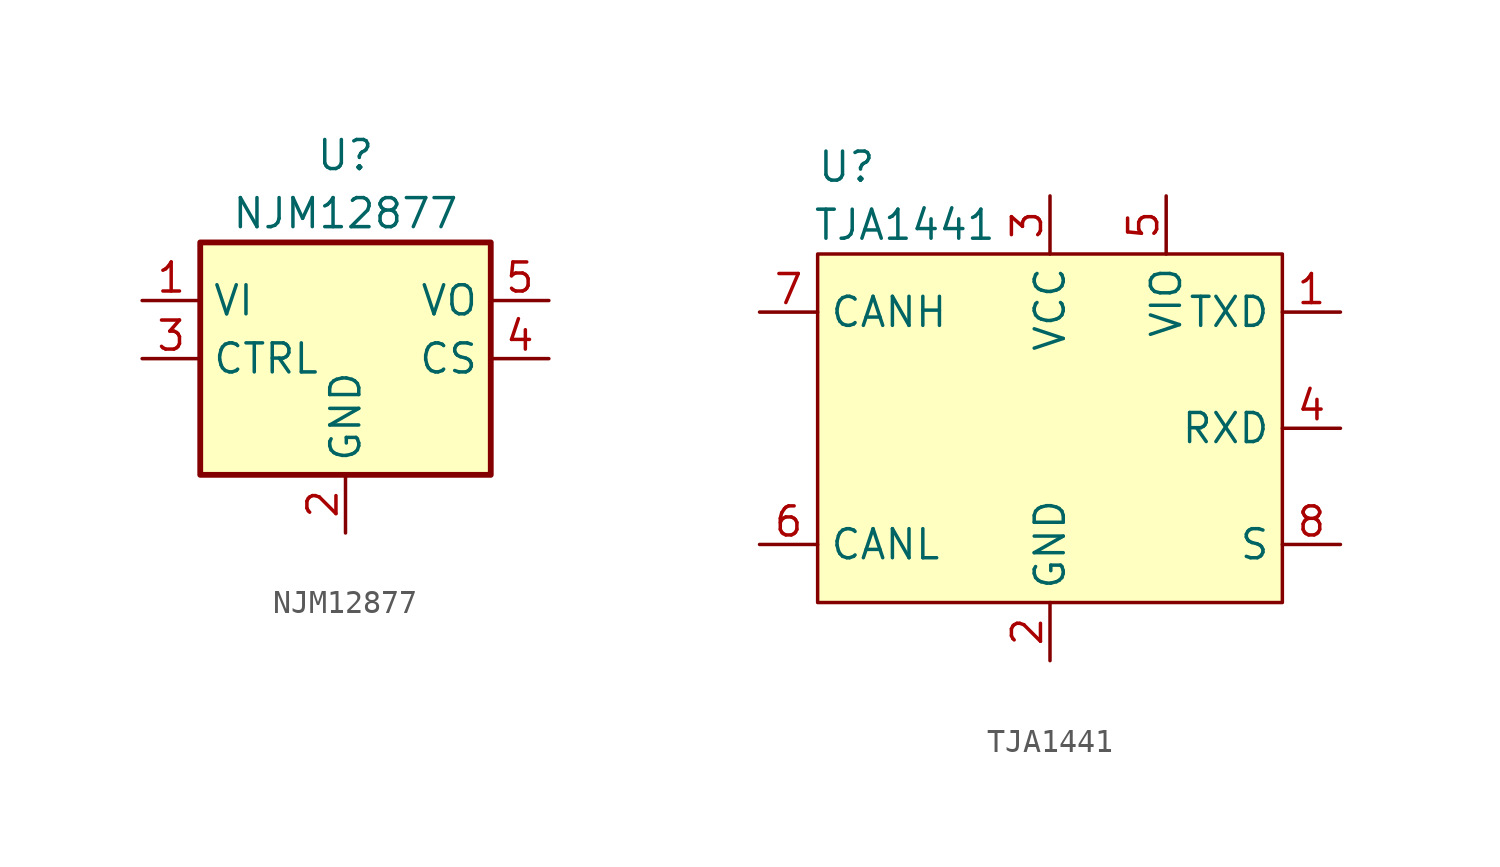
<source format=kicad_sym>
(kicad_symbol_lib
  (version 20231120)
  (generator "kicad_symbol_editor")
  (generator_version "8.0")
  (symbol "NJM12877"
    (property "Reference" "U"
      (at 0 6.35 0)
      (effects (font (size 1.27 1.27))))
    (property "Value" "NJM12877"
      (at 0 3.81 0)
      (effects (font (size 1.27 1.27))))
    (symbol "NJM12877_1_1"
      (rectangle (start -6.35 2.54) (end 6.35 -7.62) (stroke (width 0.254) (type default)) (fill (type background)))
      (pin power_in line (at -8.89 0 0) (length 2.54) (name "VI" (effects (font (size 1.27 1.27)))) (number "1" (effects (font (size 1.27 1.27)))))
      (pin power_in line (at 0 -10.16 90) (length 2.54) (name "GND" (effects (font (size 1.27 1.27)))) (number "2" (effects (font (size 1.27 1.27)))))
      (pin passive line (at -8.89 -2.54 0) (length 2.54) (name "CTRL" (effects (font (size 1.27 1.27)))) (number "3" (effects (font (size 1.27 1.27)))))
      (pin passive line (at 8.89 -2.54 180) (length 2.54) (name "CS" (effects (font (size 1.27 1.27)))) (number "4" (effects (font (size 1.27 1.27)))))
      (pin power_out line (at 8.89 0 180) (length 2.54) (name "VO" (effects (font (size 1.27 1.27)))) (number "5" (effects (font (size 1.27 1.27)))))))
  (symbol "TJA1441"
    (property "Reference" "U"
      (at -8.89 11.43 0)
      (effects (font (size 1.27 1.27))))
    (property "Value" "TJA1441"
      (at -6.35 8.89 0)
      (effects (font (size 1.27 1.27))))
    (symbol "TJA1441_1_1"
      (rectangle (start -10.16 7.62) (end 10.16 -7.62) (stroke (width 0) (type default)) (fill (type background)))
      (pin passive line (at 12.7 5.08 180) (length 2.54) (name "TXD" (effects (font (size 1.27 1.27)))) (number "1" (effects (font (size 1.27 1.27)))))
      (pin power_in line (at 0 -10.16 90) (length 2.54) (name "GND" (effects (font (size 1.27 1.27)))) (number "2" (effects (font (size 1.27 1.27)))))
      (pin power_in line (at 0 10.16 270) (length 2.54) (name "VCC" (effects (font (size 1.27 1.27)))) (number "3" (effects (font (size 1.27 1.27)))))
      (pin passive line (at 12.7 0 180) (length 2.54) (name "RXD" (effects (font (size 1.27 1.27)))) (number "4" (effects (font (size 1.27 1.27)))))
      (pin passive line (at 5.08 10.16 270) (length 2.54) (name "VIO" (effects (font (size 1.27 1.27)))) (number "5" (effects (font (size 1.27 1.27)))))
      (pin passive line (at -12.7 -5.08 0) (length 2.54) (name "CANL" (effects (font (size 1.27 1.27)))) (number "6" (effects (font (size 1.27 1.27)))))
      (pin passive line (at -12.7 5.08 0) (length 2.54) (name "CANH" (effects (font (size 1.27 1.27)))) (number "7" (effects (font (size 1.27 1.27)))))
      (pin passive line (at 12.7 -5.08 180) (length 2.54) (name "S" (effects (font (size 1.27 1.27)))) (number "8" (effects (font (size 1.27 1.27))))))))
</source>
